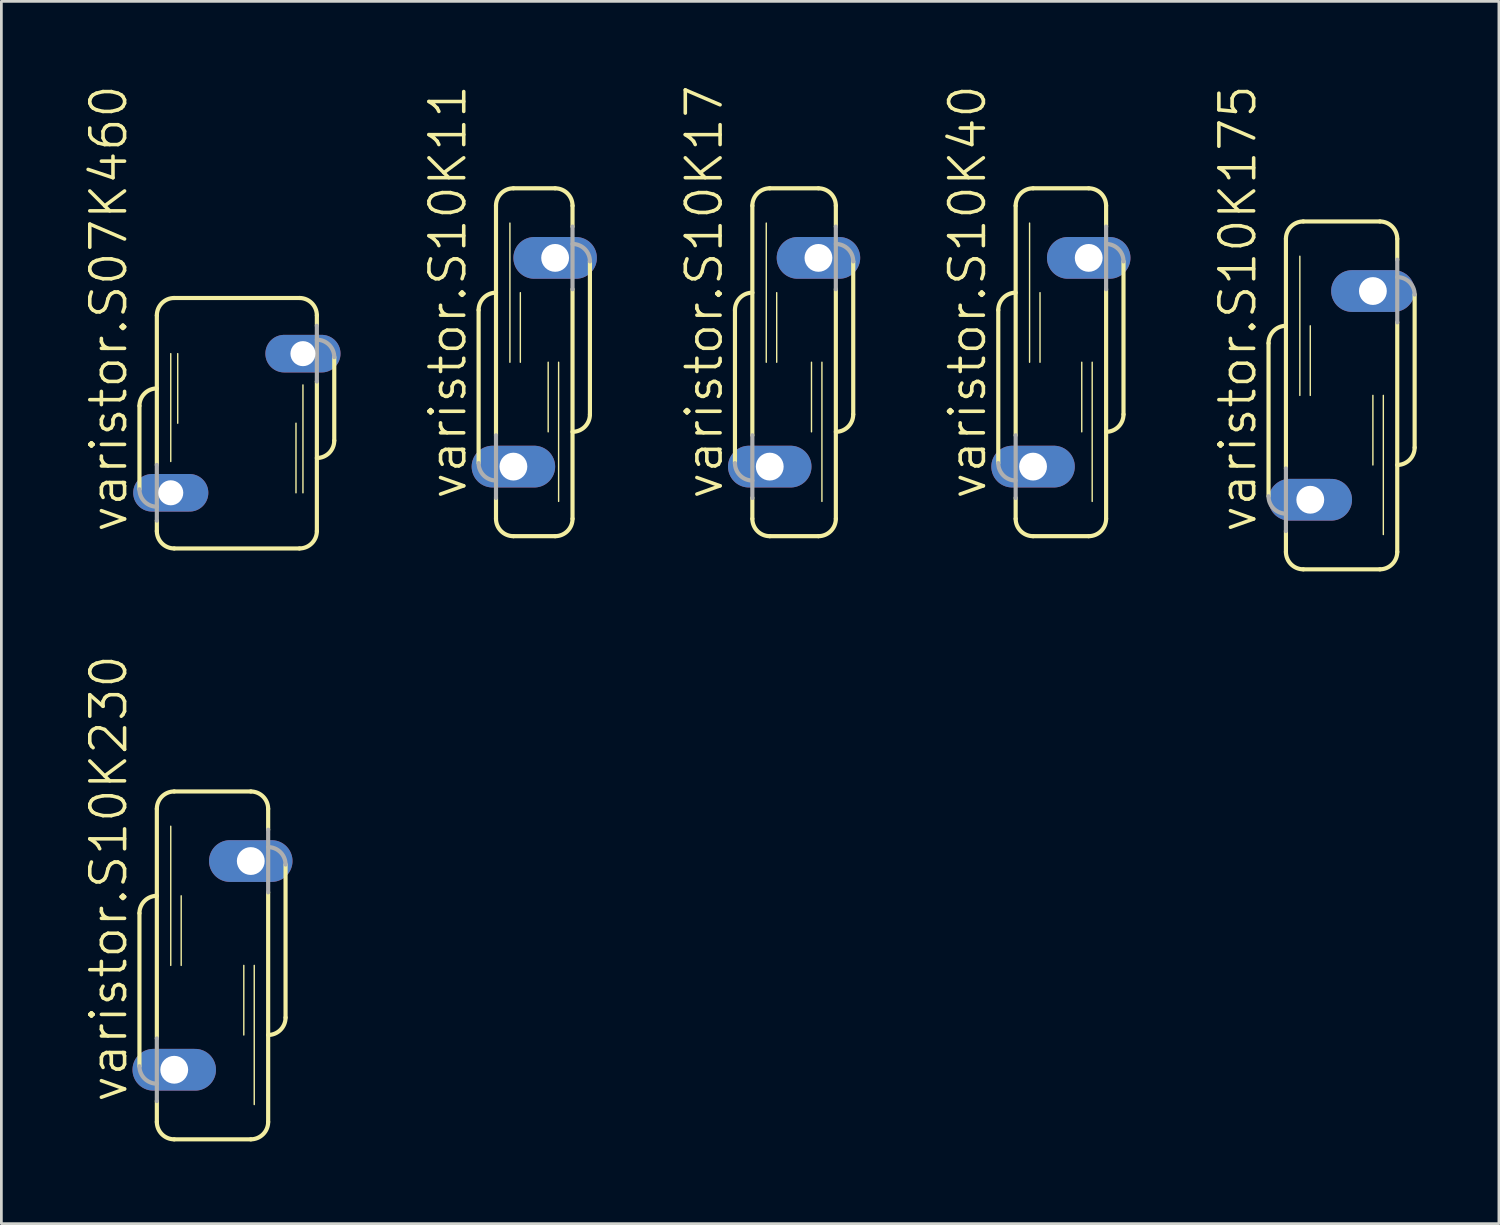
<source format=kicad_pcb>
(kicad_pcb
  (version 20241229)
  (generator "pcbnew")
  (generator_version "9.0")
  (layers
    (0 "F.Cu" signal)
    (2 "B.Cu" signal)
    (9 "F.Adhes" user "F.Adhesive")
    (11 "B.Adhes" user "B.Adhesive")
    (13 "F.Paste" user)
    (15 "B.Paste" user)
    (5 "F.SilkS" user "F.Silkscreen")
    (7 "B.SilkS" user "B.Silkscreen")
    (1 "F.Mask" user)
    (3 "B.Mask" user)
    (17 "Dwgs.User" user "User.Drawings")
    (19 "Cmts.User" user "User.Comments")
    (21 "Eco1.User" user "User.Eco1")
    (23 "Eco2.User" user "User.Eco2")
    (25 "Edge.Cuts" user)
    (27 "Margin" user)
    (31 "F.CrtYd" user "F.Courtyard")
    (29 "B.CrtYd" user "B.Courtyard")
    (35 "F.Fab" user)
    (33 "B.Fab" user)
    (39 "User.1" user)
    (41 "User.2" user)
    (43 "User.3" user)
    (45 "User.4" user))
  (footprint "varistor.S10K175"
    (layer "F.Cu")
    (at 45.929 11.385)
    (property "Reference" "varistor.S10K175" (at -3.048 5.08 90) (layer "F.SilkS") (effects (font (size 1.27 1.27) (thickness 0.13)) (justify left bottom)))
    (attr through_hole)
    (fp_line (start -2.667 -1.905) (end -2.667 3.683) (stroke (width 0.152) (type default)) (layer "F.SilkS"))
    (fp_line (start -2.032 2.667) (end -2.032 -5.715) (stroke (width 0.152) (type default)) (layer "F.SilkS"))
    (fp_line (start -2.032 5.715) (end -2.032 4.953) (stroke (width 0.152) (type default)) (layer "F.SilkS"))
    (fp_line (start -1.524 0) (end -1.524 -5.08) (stroke (width 0.051) (type default)) (layer "F.SilkS"))
    (fp_line (start -1.397 -6.35) (end 1.397 -6.35) (stroke (width 0.152) (type default)) (layer "F.SilkS"))
    (fp_line (start -1.397 6.35) (end 1.397 6.35) (stroke (width 0.152) (type default)) (layer "F.SilkS"))
    (fp_line (start -1.143 0) (end -1.143 -2.54) (stroke (width 0.051) (type default)) (layer "F.SilkS"))
    (fp_line (start 1.143 2.54) (end 1.143 0) (stroke (width 0.051) (type default)) (layer "F.SilkS"))
    (fp_line (start 1.524 5.08) (end 1.524 0) (stroke (width 0.051) (type default)) (layer "F.SilkS"))
    (fp_line (start 2.032 -4.953) (end 2.032 -5.715) (stroke (width 0.152) (type default)) (layer "F.SilkS"))
    (fp_line (start 2.032 5.715) (end 2.032 -2.667) (stroke (width 0.152) (type default)) (layer "F.SilkS"))
    (fp_line (start 2.667 1.905) (end 2.667 -3.683) (stroke (width 0.152) (type default)) (layer "F.SilkS"))
    (fp_arc (start -2.667 -1.905) (mid -2.481013 -2.354013) (end -2.032 -2.54) (stroke (width 0.1524) (type default)) (layer "F.SilkS"))
    (fp_arc (start -2.032 -5.715) (mid -1.846013 -6.164013) (end -1.397 -6.35) (stroke (width 0.1524) (type default)) (layer "F.SilkS"))
    (fp_arc (start -1.397 6.35) (mid -1.846013 6.164013) (end -2.032 5.715) (stroke (width 0.1524) (type default)) (layer "F.SilkS"))
    (fp_arc (start 1.397 -6.35) (mid 1.846013 -6.164013) (end 2.032 -5.715) (stroke (width 0.1524) (type default)) (layer "F.SilkS"))
    (fp_arc (start 2.032 5.715) (mid 1.846013 6.164013) (end 1.397 6.35) (stroke (width 0.1524) (type default)) (layer "F.SilkS"))
    (fp_arc (start 2.667 1.905) (mid 2.481013 2.354013) (end 2.032 2.54) (stroke (width 0.1524) (type default)) (layer "F.SilkS"))
    (fp_line (start -2.032 2.667) (end -2.032 4.953) (stroke (width 0.152) (type default)) (layer "F.Fab"))
    (fp_line (start 2.032 -2.667) (end 2.032 -4.953) (stroke (width 0.152) (type default)) (layer "F.Fab"))
    (fp_arc (start -2.032 4.318) (mid -2.481013 4.132013) (end -2.667 3.683) (stroke (width 0.1524) (type default)) (layer "F.Fab"))
    (fp_arc (start 2.032 -4.318) (mid 2.481013 -4.132013) (end 2.667 -3.683) (stroke (width 0.1524) (type default)) (layer "F.Fab"))
    (pad "1" thru_hole oval (at -1.143 3.81) (size 3.048 1.524) (drill 1.016) (layers "*.Cu" "*.Mask"))
    (pad "2" thru_hole oval (at 1.143 -3.81) (size 3.048 1.524) (drill 1.016) (layers "*.Cu" "*.Mask")))
  (footprint "varistor.S10K40"
    (layer "F.Cu")
    (at 35.681 10.175)
    (property "Reference" "varistor.S10K40" (at -2.667 5.08 90) (layer "F.SilkS") (effects (font (size 1.27 1.27) (thickness 0.13)) (justify left bottom)))
    (attr through_hole)
    (fp_line (start -2.286 -1.905) (end -2.286 3.683) (stroke (width 0.152) (type default)) (layer "F.SilkS"))
    (fp_line (start -1.651 2.667) (end -1.651 -5.715) (stroke (width 0.152) (type default)) (layer "F.SilkS"))
    (fp_line (start -1.651 5.715) (end -1.651 4.953) (stroke (width 0.152) (type default)) (layer "F.SilkS"))
    (fp_line (start -1.143 0) (end -1.143 -5.08) (stroke (width 0.051) (type default)) (layer "F.SilkS"))
    (fp_line (start -1.016 -6.35) (end 1.016 -6.35) (stroke (width 0.152) (type default)) (layer "F.SilkS"))
    (fp_line (start -1.016 6.35) (end 1.016 6.35) (stroke (width 0.152) (type default)) (layer "F.SilkS"))
    (fp_line (start -0.762 0) (end -0.762 -2.54) (stroke (width 0.051) (type default)) (layer "F.SilkS"))
    (fp_line (start 0.762 2.54) (end 0.762 0) (stroke (width 0.051) (type default)) (layer "F.SilkS"))
    (fp_line (start 1.143 5.08) (end 1.143 0) (stroke (width 0.051) (type default)) (layer "F.SilkS"))
    (fp_line (start 1.651 -4.953) (end 1.651 -5.715) (stroke (width 0.152) (type default)) (layer "F.SilkS"))
    (fp_line (start 1.651 5.715) (end 1.651 -2.667) (stroke (width 0.152) (type default)) (layer "F.SilkS"))
    (fp_line (start 2.286 1.905) (end 2.286 -3.683) (stroke (width 0.152) (type default)) (layer "F.SilkS"))
    (fp_arc (start -2.286 -1.905) (mid -2.100013 -2.354013) (end -1.651 -2.54) (stroke (width 0.1524) (type default)) (layer "F.SilkS"))
    (fp_arc (start -1.651 -5.715) (mid -1.465013 -6.164013) (end -1.016 -6.35) (stroke (width 0.1524) (type default)) (layer "F.SilkS"))
    (fp_arc (start -1.016 6.35) (mid -1.465013 6.164013) (end -1.651 5.715) (stroke (width 0.1524) (type default)) (layer "F.SilkS"))
    (fp_arc (start 1.016 -6.35) (mid 1.465013 -6.164013) (end 1.651 -5.715) (stroke (width 0.1524) (type default)) (layer "F.SilkS"))
    (fp_arc (start 1.651 5.715) (mid 1.465013 6.164013) (end 1.016 6.35) (stroke (width 0.1524) (type default)) (layer "F.SilkS"))
    (fp_arc (start 2.286 1.905) (mid 2.100013 2.354013) (end 1.651 2.54) (stroke (width 0.1524) (type default)) (layer "F.SilkS"))
    (fp_line (start -1.651 2.667) (end -1.651 4.953) (stroke (width 0.152) (type default)) (layer "F.Fab"))
    (fp_line (start 1.651 -2.667) (end 1.651 -4.953) (stroke (width 0.152) (type default)) (layer "F.Fab"))
    (fp_arc (start -1.651 4.318) (mid -2.100013 4.132013) (end -2.286 3.683) (stroke (width 0.1524) (type default)) (layer "F.Fab"))
    (fp_arc (start 1.651 -4.318) (mid 2.100013 -4.132013) (end 2.286 -3.683) (stroke (width 0.1524) (type default)) (layer "F.Fab"))
    (pad "1" thru_hole oval (at -1.016 3.81) (size 3.048 1.524) (drill 1.016) (layers "*.Cu" "*.Mask"))
    (pad "2" thru_hole oval (at 1.016 -3.81) (size 3.048 1.524) (drill 1.016) (layers "*.Cu" "*.Mask")))
  (footprint "varistor.S07K460"
    (layer "F.Cu")
    (at 5.597 12.401)
    (property "Reference" "varistor.S07K460" (at -3.937 4.064 90) (layer "F.SilkS") (effects (font (size 1.27 1.27) (thickness 0.13)) (justify left bottom)))
    (attr through_hole)
    (fp_line (start -3.556 -0.635) (end -3.556 2.413) (stroke (width 0.152) (type default)) (layer "F.SilkS"))
    (fp_line (start -2.921 1.524) (end -2.921 -3.937) (stroke (width 0.152) (type default)) (layer "F.SilkS"))
    (fp_line (start -2.921 3.937) (end -2.921 3.556) (stroke (width 0.152) (type default)) (layer "F.SilkS"))
    (fp_line (start -2.413 1.397) (end -2.413 -2.54) (stroke (width 0.051) (type default)) (layer "F.SilkS"))
    (fp_line (start -2.286 -4.572) (end 2.286 -4.572) (stroke (width 0.152) (type default)) (layer "F.SilkS"))
    (fp_line (start -2.286 4.572) (end 2.286 4.572) (stroke (width 0.152) (type default)) (layer "F.SilkS"))
    (fp_line (start -2.159 0) (end -2.159 -2.54) (stroke (width 0.051) (type default)) (layer "F.SilkS"))
    (fp_line (start 2.159 2.54) (end 2.159 0) (stroke (width 0.051) (type default)) (layer "F.SilkS"))
    (fp_line (start 2.413 2.54) (end 2.413 -1.397) (stroke (width 0.051) (type default)) (layer "F.SilkS"))
    (fp_line (start 2.921 -3.556) (end 2.921 -3.937) (stroke (width 0.152) (type default)) (layer "F.SilkS"))
    (fp_line (start 2.921 3.937) (end 2.921 -1.524) (stroke (width 0.152) (type default)) (layer "F.SilkS"))
    (fp_line (start 3.556 0.635) (end 3.556 -2.413) (stroke (width 0.152) (type default)) (layer "F.SilkS"))
    (fp_arc (start -3.556 -0.635) (mid -3.370013 -1.084013) (end -2.921 -1.27) (stroke (width 0.1524) (type default)) (layer "F.SilkS"))
    (fp_arc (start -2.921 -3.937) (mid -2.735013 -4.386013) (end -2.286 -4.572) (stroke (width 0.1524) (type default)) (layer "F.SilkS"))
    (fp_arc (start -2.286 4.572) (mid -2.735013 4.386013) (end -2.921 3.937) (stroke (width 0.1524) (type default)) (layer "F.SilkS"))
    (fp_arc (start 2.286 -4.572) (mid 2.735013 -4.386013) (end 2.921 -3.937) (stroke (width 0.1524) (type default)) (layer "F.SilkS"))
    (fp_arc (start 2.921 3.937) (mid 2.735013 4.386013) (end 2.286 4.572) (stroke (width 0.1524) (type default)) (layer "F.SilkS"))
    (fp_arc (start 3.556 0.635) (mid 3.370013 1.084013) (end 2.921 1.27) (stroke (width 0.1524) (type default)) (layer "F.SilkS"))
    (fp_line (start -2.921 1.524) (end -2.921 3.556) (stroke (width 0.152) (type default)) (layer "F.Fab"))
    (fp_line (start 2.921 -1.524) (end 2.921 -3.556) (stroke (width 0.152) (type default)) (layer "F.Fab"))
    (fp_arc (start -2.921 3.048) (mid -3.370013 2.862013) (end -3.556 2.413) (stroke (width 0.1524) (type default)) (layer "F.Fab"))
    (fp_arc (start 2.921 -3.048) (mid 3.370013 -2.862013) (end 3.556 -2.413) (stroke (width 0.1524) (type default)) (layer "F.Fab"))
    (pad "1" thru_hole oval (at -2.413 2.54) (size 2.743 1.372) (drill 0.914) (layers "*.Cu" "*.Mask"))
    (pad "2" thru_hole oval (at 2.413 -2.54) (size 2.743 1.372) (drill 0.914) (layers "*.Cu" "*.Mask")))
  (footprint "varistor.S10K17"
    (layer "F.Cu")
    (at 25.941 10.175)
    (property "Reference" "varistor.S10K17" (at -2.54 5.08 90) (layer "F.SilkS") (effects (font (size 1.27 1.27) (thickness 0.13)) (justify left bottom)))
    (attr through_hole)
    (fp_line (start -2.159 -1.905) (end -2.159 3.683) (stroke (width 0.152) (type default)) (layer "F.SilkS"))
    (fp_line (start -1.524 2.667) (end -1.524 -5.715) (stroke (width 0.152) (type default)) (layer "F.SilkS"))
    (fp_line (start -1.524 5.715) (end -1.524 4.953) (stroke (width 0.152) (type default)) (layer "F.SilkS"))
    (fp_line (start -1.016 0) (end -1.016 -5.08) (stroke (width 0.051) (type default)) (layer "F.SilkS"))
    (fp_line (start -0.889 -6.35) (end 0.889 -6.35) (stroke (width 0.152) (type default)) (layer "F.SilkS"))
    (fp_line (start -0.889 6.35) (end 0.889 6.35) (stroke (width 0.152) (type default)) (layer "F.SilkS"))
    (fp_line (start -0.635 0) (end -0.635 -2.54) (stroke (width 0.051) (type default)) (layer "F.SilkS"))
    (fp_line (start 0.635 2.54) (end 0.635 0) (stroke (width 0.051) (type default)) (layer "F.SilkS"))
    (fp_line (start 1.016 5.08) (end 1.016 0) (stroke (width 0.051) (type default)) (layer "F.SilkS"))
    (fp_line (start 1.524 -4.953) (end 1.524 -5.715) (stroke (width 0.152) (type default)) (layer "F.SilkS"))
    (fp_line (start 1.524 5.715) (end 1.524 -2.667) (stroke (width 0.152) (type default)) (layer "F.SilkS"))
    (fp_line (start 2.159 1.905) (end 2.159 -3.683) (stroke (width 0.152) (type default)) (layer "F.SilkS"))
    (fp_arc (start -2.159 -1.905) (mid -1.973013 -2.354013) (end -1.524 -2.54) (stroke (width 0.1524) (type default)) (layer "F.SilkS"))
    (fp_arc (start -1.524 -5.715) (mid -1.338013 -6.164013) (end -0.889 -6.35) (stroke (width 0.1524) (type default)) (layer "F.SilkS"))
    (fp_arc (start -0.889 6.35) (mid -1.338013 6.164013) (end -1.524 5.715) (stroke (width 0.1524) (type default)) (layer "F.SilkS"))
    (fp_arc (start 0.889 -6.35) (mid 1.338013 -6.164013) (end 1.524 -5.715) (stroke (width 0.1524) (type default)) (layer "F.SilkS"))
    (fp_arc (start 1.524 5.715) (mid 1.338013 6.164013) (end 0.889 6.35) (stroke (width 0.1524) (type default)) (layer "F.SilkS"))
    (fp_arc (start 2.159 1.905) (mid 1.973013 2.354013) (end 1.524 2.54) (stroke (width 0.1524) (type default)) (layer "F.SilkS"))
    (fp_line (start -1.524 2.667) (end -1.524 4.953) (stroke (width 0.152) (type default)) (layer "F.Fab"))
    (fp_line (start 1.524 -2.667) (end 1.524 -4.953) (stroke (width 0.152) (type default)) (layer "F.Fab"))
    (fp_arc (start -1.524 4.318) (mid -1.973013 4.132013) (end -2.159 3.683) (stroke (width 0.1524) (type default)) (layer "F.Fab"))
    (fp_arc (start 1.524 -4.318) (mid 1.973013 -4.132013) (end 2.159 -3.683) (stroke (width 0.1524) (type default)) (layer "F.Fab"))
    (pad "1" thru_hole oval (at -0.889 3.81) (size 3.048 1.524) (drill 1.016) (layers "*.Cu" "*.Mask"))
    (pad "2" thru_hole oval (at 0.889 -3.81) (size 3.048 1.524) (drill 1.016) (layers "*.Cu" "*.Mask")))
  (footprint "varistor.S10K11"
    (layer "F.Cu")
    (at 16.455 10.175)
    (property "Reference" "varistor.S10K11" (at -2.413 5.08 90) (layer "F.SilkS") (effects (font (size 1.27 1.27) (thickness 0.13)) (justify left bottom)))
    (attr through_hole)
    (fp_line (start -2.032 -1.905) (end -2.032 3.683) (stroke (width 0.152) (type default)) (layer "F.SilkS"))
    (fp_line (start -1.397 2.667) (end -1.397 -5.715) (stroke (width 0.152) (type default)) (layer "F.SilkS"))
    (fp_line (start -1.397 5.715) (end -1.397 4.953) (stroke (width 0.152) (type default)) (layer "F.SilkS"))
    (fp_line (start -0.889 0) (end -0.889 -5.08) (stroke (width 0.051) (type default)) (layer "F.SilkS"))
    (fp_line (start -0.762 -6.35) (end 0.762 -6.35) (stroke (width 0.152) (type default)) (layer "F.SilkS"))
    (fp_line (start -0.762 6.35) (end 0.762 6.35) (stroke (width 0.152) (type default)) (layer "F.SilkS"))
    (fp_line (start -0.508 0) (end -0.508 -2.54) (stroke (width 0.051) (type default)) (layer "F.SilkS"))
    (fp_line (start 0.508 2.54) (end 0.508 0) (stroke (width 0.051) (type default)) (layer "F.SilkS"))
    (fp_line (start 0.889 5.08) (end 0.889 0) (stroke (width 0.051) (type default)) (layer "F.SilkS"))
    (fp_line (start 1.397 -4.953) (end 1.397 -5.715) (stroke (width 0.152) (type default)) (layer "F.SilkS"))
    (fp_line (start 1.397 5.715) (end 1.397 -2.667) (stroke (width 0.152) (type default)) (layer "F.SilkS"))
    (fp_line (start 2.032 1.905) (end 2.032 -3.683) (stroke (width 0.152) (type default)) (layer "F.SilkS"))
    (fp_arc (start -2.032 -1.905) (mid -1.846013 -2.354013) (end -1.397 -2.54) (stroke (width 0.1524) (type default)) (layer "F.SilkS"))
    (fp_arc (start -1.397 -5.715) (mid -1.211013 -6.164013) (end -0.762 -6.35) (stroke (width 0.1524) (type default)) (layer "F.SilkS"))
    (fp_arc (start -0.762 6.35) (mid -1.211013 6.164013) (end -1.397 5.715) (stroke (width 0.1524) (type default)) (layer "F.SilkS"))
    (fp_arc (start 0.762 -6.35) (mid 1.211013 -6.164013) (end 1.397 -5.715) (stroke (width 0.1524) (type default)) (layer "F.SilkS"))
    (fp_arc (start 1.397 5.715) (mid 1.211013 6.164013) (end 0.762 6.35) (stroke (width 0.1524) (type default)) (layer "F.SilkS"))
    (fp_arc (start 2.032 1.905) (mid 1.846013 2.354013) (end 1.397 2.54) (stroke (width 0.1524) (type default)) (layer "F.SilkS"))
    (fp_line (start -1.397 2.667) (end -1.397 4.953) (stroke (width 0.152) (type default)) (layer "F.Fab"))
    (fp_line (start 1.397 -2.667) (end 1.397 -4.953) (stroke (width 0.152) (type default)) (layer "F.Fab"))
    (fp_arc (start -1.397 4.318) (mid -1.846013 4.132013) (end -2.032 3.683) (stroke (width 0.1524) (type default)) (layer "F.Fab"))
    (fp_arc (start 1.397 -4.318) (mid 1.846013 -4.132013) (end 2.032 -3.683) (stroke (width 0.1524) (type default)) (layer "F.Fab"))
    (pad "1" thru_hole oval (at -0.762 3.81) (size 3.048 1.524) (drill 1.016) (layers "*.Cu" "*.Mask"))
    (pad "2" thru_hole oval (at 0.762 -3.81) (size 3.048 1.524) (drill 1.016) (layers "*.Cu" "*.Mask")))
  (footprint "varistor.S10K230"
    (layer "F.Cu")
    (at 4.708 32.195)
    (property "Reference" "varistor.S10K230" (at -3.048 5.08 90) (layer "F.SilkS") (effects (font (size 1.27 1.27) (thickness 0.13)) (justify left bottom)))
    (attr through_hole)
    (fp_line (start -2.667 -1.905) (end -2.667 3.683) (stroke (width 0.152) (type default)) (layer "F.SilkS"))
    (fp_line (start -2.032 2.667) (end -2.032 -5.715) (stroke (width 0.152) (type default)) (layer "F.SilkS"))
    (fp_line (start -2.032 5.715) (end -2.032 4.953) (stroke (width 0.152) (type default)) (layer "F.SilkS"))
    (fp_line (start -1.524 0) (end -1.524 -5.08) (stroke (width 0.051) (type default)) (layer "F.SilkS"))
    (fp_line (start -1.397 -6.35) (end 1.397 -6.35) (stroke (width 0.152) (type default)) (layer "F.SilkS"))
    (fp_line (start -1.397 6.35) (end 1.397 6.35) (stroke (width 0.152) (type default)) (layer "F.SilkS"))
    (fp_line (start -1.143 0) (end -1.143 -2.54) (stroke (width 0.051) (type default)) (layer "F.SilkS"))
    (fp_line (start 1.143 2.54) (end 1.143 0) (stroke (width 0.051) (type default)) (layer "F.SilkS"))
    (fp_line (start 1.524 5.08) (end 1.524 0) (stroke (width 0.051) (type default)) (layer "F.SilkS"))
    (fp_line (start 2.032 -4.953) (end 2.032 -5.715) (stroke (width 0.152) (type default)) (layer "F.SilkS"))
    (fp_line (start 2.032 5.715) (end 2.032 -2.667) (stroke (width 0.152) (type default)) (layer "F.SilkS"))
    (fp_line (start 2.667 1.905) (end 2.667 -3.683) (stroke (width 0.152) (type default)) (layer "F.SilkS"))
    (fp_arc (start -2.667 -1.905) (mid -2.481013 -2.354013) (end -2.032 -2.54) (stroke (width 0.1524) (type default)) (layer "F.SilkS"))
    (fp_arc (start -2.032 -5.715) (mid -1.846013 -6.164013) (end -1.397 -6.35) (stroke (width 0.1524) (type default)) (layer "F.SilkS"))
    (fp_arc (start -1.397 6.35) (mid -1.846013 6.164013) (end -2.032 5.715) (stroke (width 0.1524) (type default)) (layer "F.SilkS"))
    (fp_arc (start 1.397 -6.35) (mid 1.846013 -6.164013) (end 2.032 -5.715) (stroke (width 0.1524) (type default)) (layer "F.SilkS"))
    (fp_arc (start 2.032 5.715) (mid 1.846013 6.164013) (end 1.397 6.35) (stroke (width 0.1524) (type default)) (layer "F.SilkS"))
    (fp_arc (start 2.667 1.905) (mid 2.481013 2.354013) (end 2.032 2.54) (stroke (width 0.1524) (type default)) (layer "F.SilkS"))
    (fp_line (start -2.032 2.667) (end -2.032 4.953) (stroke (width 0.152) (type default)) (layer "F.Fab"))
    (fp_line (start 2.032 -2.667) (end 2.032 -4.953) (stroke (width 0.152) (type default)) (layer "F.Fab"))
    (fp_arc (start -2.032 4.318) (mid -2.481013 4.132013) (end -2.667 3.683) (stroke (width 0.1524) (type default)) (layer "F.Fab"))
    (fp_arc (start 2.032 -4.318) (mid 2.481013 -4.132013) (end 2.667 -3.683) (stroke (width 0.1524) (type default)) (layer "F.Fab"))
    (pad "1" thru_hole oval (at -1.397 3.81) (size 3.048 1.524) (drill 1.016) (layers "*.Cu" "*.Mask"))
    (pad "2" thru_hole oval (at 1.397 -3.81) (size 3.048 1.524) (drill 1.016) (layers "*.Cu" "*.Mask")))
  (gr_rect
    (start -3 -3)
    (end 51.672 41.622)
    (stroke (width 0.1) (type default))
    (fill no)
    (layer "Edge.Cuts")))
</source>
